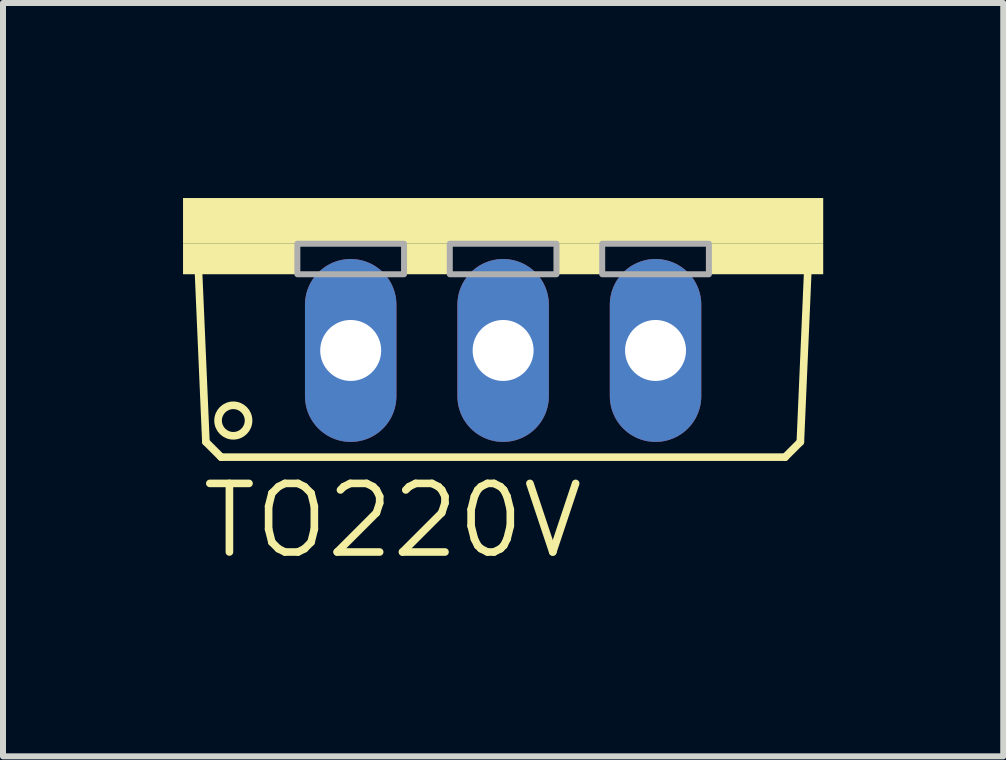
<source format=kicad_pcb>
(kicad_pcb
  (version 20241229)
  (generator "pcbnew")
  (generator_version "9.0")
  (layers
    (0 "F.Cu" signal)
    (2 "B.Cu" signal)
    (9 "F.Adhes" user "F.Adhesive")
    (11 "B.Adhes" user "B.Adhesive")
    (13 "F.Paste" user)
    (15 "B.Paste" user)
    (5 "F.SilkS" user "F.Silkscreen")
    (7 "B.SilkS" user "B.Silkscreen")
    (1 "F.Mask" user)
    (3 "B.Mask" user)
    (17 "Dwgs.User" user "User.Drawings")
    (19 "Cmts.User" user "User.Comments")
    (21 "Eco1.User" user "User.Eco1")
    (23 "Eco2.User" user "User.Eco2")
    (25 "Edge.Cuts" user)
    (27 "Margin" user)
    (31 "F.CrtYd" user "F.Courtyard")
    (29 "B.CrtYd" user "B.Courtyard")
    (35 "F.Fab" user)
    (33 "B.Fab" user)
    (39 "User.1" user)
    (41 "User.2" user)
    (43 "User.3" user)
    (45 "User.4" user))
  (footprint "TO220V"
    (layer "F.Cu")
    (at 5.334 0.25)
    (property "Reference" "TO220V" (at -5.08 6.045 0) (unlocked yes) (layer "F.SilkS") (effects (font (size 1.143 1.143) (thickness 0.127)) (justify left bottom)))
    (fp_line (start -4.953 4.064) (end -5.08 1.143) (stroke (width 0.127) (type solid)) (layer "F.SilkS"))
    (fp_line (start -4.953 4.064) (end -4.699 4.318) (stroke (width 0.127) (type solid)) (layer "F.SilkS"))
    (fp_line (start 4.699 4.318) (end -4.699 4.318) (stroke (width 0.127) (type solid)) (layer "F.SilkS"))
    (fp_line (start 4.699 4.318) (end 4.953 4.064) (stroke (width 0.127) (type solid)) (layer "F.SilkS"))
    (fp_line (start 5.08 1.143) (end 4.953 4.064) (stroke (width 0.127) (type solid)) (layer "F.SilkS"))
    (fp_circle (center -4.496 3.708) (end -4.242 3.708) (stroke (width 0.127) (type solid)) (fill no) (layer "F.SilkS"))
    (fp_poly (pts (xy -5.334 0.762) (xy 5.334 0.762) (xy 5.334 0) (xy -5.334 0)) (stroke (width 0) (type default)) (fill yes) (layer "F.SilkS"))
    (fp_poly (pts (xy -5.334 1.27) (xy -3.429 1.27) (xy -3.429 0.762) (xy -5.334 0.762)) (stroke (width 0) (type default)) (fill yes) (layer "F.SilkS"))
    (fp_poly (pts (xy -1.651 1.27) (xy -0.889 1.27) (xy -0.889 0.762) (xy -1.651 0.762)) (stroke (width 0) (type default)) (fill yes) (layer "F.SilkS"))
    (fp_poly (pts (xy 0.889 1.27) (xy 1.651 1.27) (xy 1.651 0.762) (xy 0.889 0.762)) (stroke (width 0) (type default)) (fill yes) (layer "F.SilkS"))
    (fp_poly (pts (xy 3.429 1.27) (xy 5.334 1.27) (xy 5.334 0.762) (xy 3.429 0.762)) (stroke (width 0) (type default)) (fill yes) (layer "F.SilkS"))
    (fp_poly (pts (xy -3.429 1.27) (xy -1.651 1.27) (xy -1.651 0.762) (xy -3.429 0.762)) (stroke (width 0.1) (type default)) (fill no) (layer "F.Fab"))
    (fp_poly (pts (xy -0.889 1.27) (xy 0.889 1.27) (xy 0.889 0.762) (xy -0.889 0.762)) (stroke (width 0.1) (type default)) (fill no) (layer "F.Fab"))
    (fp_poly (pts (xy 1.651 1.27) (xy 3.429 1.27) (xy 3.429 0.762) (xy 1.651 0.762)) (stroke (width 0.1) (type default)) (fill no) (layer "F.Fab"))
    (pad "1" thru_hole oval (at -2.54 2.54 90) (size 3.048 1.524) (drill 1.016) (layers "*.Cu" "*.Mask"))
    (pad "2" thru_hole oval (at 0 2.54 90) (size 3.048 1.524) (drill 1.016) (layers "*.Cu" "*.Mask"))
    (pad "3" thru_hole oval (at 2.54 2.54 90) (size 3.048 1.524) (drill 1.016) (layers "*.Cu" "*.Mask")))
  (gr_rect
    (start -3 -3)
    (end 13.668 9.554)
    (stroke (width 0.1) (type default))
    (fill no)
    (layer "Edge.Cuts")))
</source>
